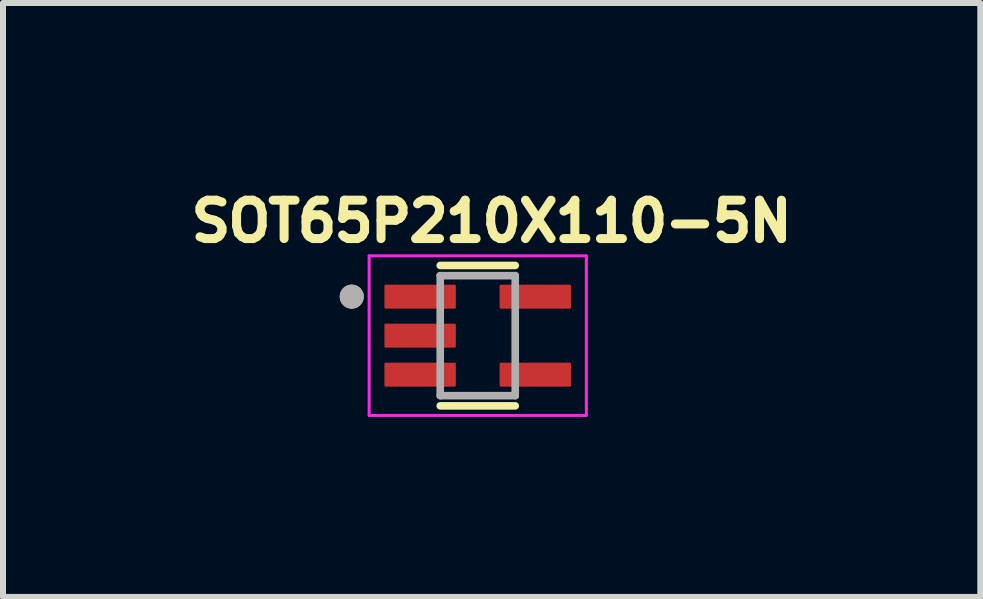
<source format=kicad_pcb>
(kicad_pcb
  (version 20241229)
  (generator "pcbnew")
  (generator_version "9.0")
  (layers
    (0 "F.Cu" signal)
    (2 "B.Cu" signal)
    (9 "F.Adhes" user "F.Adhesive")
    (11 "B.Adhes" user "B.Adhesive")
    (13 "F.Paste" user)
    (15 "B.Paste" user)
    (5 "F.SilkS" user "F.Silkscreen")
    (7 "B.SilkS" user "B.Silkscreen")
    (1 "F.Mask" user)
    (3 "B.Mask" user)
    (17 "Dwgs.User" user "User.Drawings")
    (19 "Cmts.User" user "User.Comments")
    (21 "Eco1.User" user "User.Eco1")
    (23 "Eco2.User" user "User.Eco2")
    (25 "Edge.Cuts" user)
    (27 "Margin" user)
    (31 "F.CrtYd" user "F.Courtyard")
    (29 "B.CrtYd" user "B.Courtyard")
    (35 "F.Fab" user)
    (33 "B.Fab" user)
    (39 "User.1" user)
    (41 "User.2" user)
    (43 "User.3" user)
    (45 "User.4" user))
  (footprint "SOT65P210X110-5N"
    (layer "F.Cu")
    (at 4.912 2.544)
    (property "Reference" "SOT65P210X110-5N" (at 0.232 -1.906 0) (layer "F.SilkS") (effects (font (size 0.64 0.64) (thickness 0.15))))
    (attr through_hole)
    (fp_line (start -0.625 -1.17) (end 0.625 -1.17) (stroke (width 0.127) (type solid)) (layer "F.SilkS"))
    (fp_line (start 0.625 1.17) (end -0.625 1.17) (stroke (width 0.127) (type solid)) (layer "F.SilkS"))
    (fp_circle (center -2.1 -0.65) (end -2 -0.65) (stroke (width 0.2) (type solid)) (fill no) (layer "F.SilkS"))
    (fp_line (start -1.81 -1.33) (end 1.81 -1.33) (stroke (width 0.05) (type solid)) (layer "F.CrtYd"))
    (fp_line (start -1.81 1.33) (end -1.81 -1.33) (stroke (width 0.05) (type solid)) (layer "F.CrtYd"))
    (fp_line (start 1.81 -1.33) (end 1.81 1.33) (stroke (width 0.05) (type solid)) (layer "F.CrtYd"))
    (fp_line (start 1.81 1.33) (end -1.81 1.33) (stroke (width 0.05) (type solid)) (layer "F.CrtYd"))
    (fp_line (start -0.625 -1) (end 0.625 -1) (stroke (width 0.127) (type solid)) (layer "F.Fab"))
    (fp_line (start -0.625 1) (end -0.625 -1) (stroke (width 0.127) (type solid)) (layer "F.Fab"))
    (fp_line (start 0.625 -1) (end 0.625 1) (stroke (width 0.127) (type solid)) (layer "F.Fab"))
    (fp_line (start 0.625 1) (end -0.625 1) (stroke (width 0.127) (type solid)) (layer "F.Fab"))
    (fp_circle (center -2.1 -0.65) (end -2 -0.65) (stroke (width 0.2) (type solid)) (fill no) (layer "F.Fab"))
    (pad "1" smd roundrect (at -0.96 -0.65) (size 1.19 0.4) (layers "F.Cu" "F.Mask" "F.Paste") (roundrect_rratio 0.05))
    (pad "2" smd roundrect (at -0.96 0) (size 1.19 0.4) (layers "F.Cu" "F.Mask" "F.Paste") (roundrect_rratio 0.05))
    (pad "3" smd roundrect (at -0.96 0.65) (size 1.19 0.4) (layers "F.Cu" "F.Mask" "F.Paste") (roundrect_rratio 0.05))
    (pad "4" smd roundrect (at 0.96 0.65) (size 1.19 0.4) (layers "F.Cu" "F.Mask" "F.Paste") (roundrect_rratio 0.05))
    (pad "5" smd roundrect (at 0.96 -0.65) (size 1.19 0.4) (layers "F.Cu" "F.Mask" "F.Paste") (roundrect_rratio 0.05)))
  (gr_rect
    (start -3 -3)
    (end 13.288 6.899)
    (stroke (width 0.1) (type default))
    (fill no)
    (layer "Edge.Cuts")))
</source>
